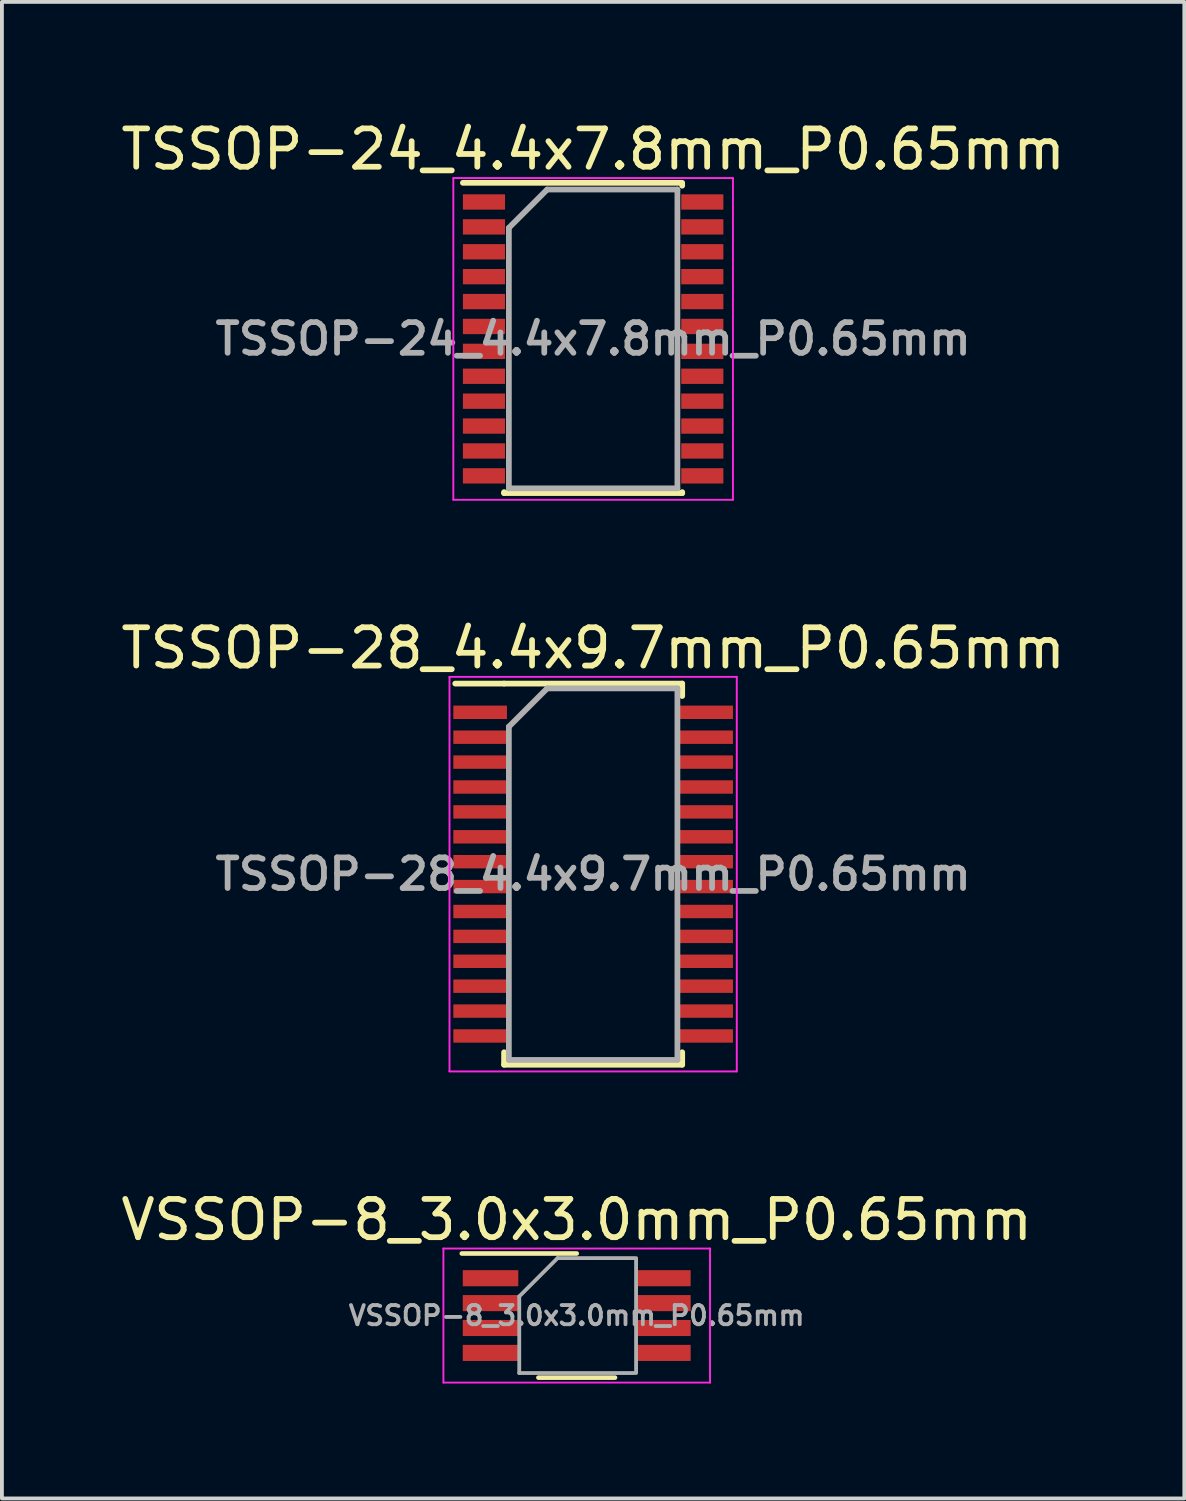
<source format=kicad_pcb>
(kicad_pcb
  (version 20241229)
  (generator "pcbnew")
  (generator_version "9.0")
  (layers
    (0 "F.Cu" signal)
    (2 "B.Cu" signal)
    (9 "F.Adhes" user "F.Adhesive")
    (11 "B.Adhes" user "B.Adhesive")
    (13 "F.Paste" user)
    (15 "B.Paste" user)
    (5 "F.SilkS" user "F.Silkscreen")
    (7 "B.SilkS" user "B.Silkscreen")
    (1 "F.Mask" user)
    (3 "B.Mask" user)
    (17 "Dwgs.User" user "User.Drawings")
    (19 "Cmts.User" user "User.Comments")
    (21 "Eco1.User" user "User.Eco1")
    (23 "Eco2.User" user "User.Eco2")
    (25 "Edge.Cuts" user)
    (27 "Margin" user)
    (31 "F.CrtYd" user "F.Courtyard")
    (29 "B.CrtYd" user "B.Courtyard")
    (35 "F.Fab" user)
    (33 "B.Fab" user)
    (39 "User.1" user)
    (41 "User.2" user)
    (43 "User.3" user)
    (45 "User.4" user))
  (footprint "TSSOP-24_4.4x7.8mm_P0.65mm"
    (layer "F.Cu")
    (at 12.435 5.798)
    (property "Reference" "TSSOP-24_4.4x7.8mm_P0.65mm" (at 0 -4.95 0) (layer "F.SilkS") (effects (font (size 1 1) (thickness 0.15))))
    (attr smd)
    (fp_line (start -3.4 -4.075) (end 2.325 -4.075) (stroke (width 0.15) (type solid)) (layer "F.SilkS"))
    (fp_line (start -2.325 4.025) (end -2.325 4) (stroke (width 0.15) (type solid)) (layer "F.SilkS"))
    (fp_line (start -2.325 4.025) (end 2.325 4.025) (stroke (width 0.15) (type solid)) (layer "F.SilkS"))
    (fp_line (start 2.325 -4.025) (end 2.325 -4) (stroke (width 0.15) (type solid)) (layer "F.SilkS"))
    (fp_line (start 2.325 4.025) (end 2.325 4) (stroke (width 0.15) (type solid)) (layer "F.SilkS"))
    (fp_line (start -3.65 -4.2) (end -3.65 4.2) (stroke (width 0.05) (type solid)) (layer "F.CrtYd"))
    (fp_line (start -3.65 -4.2) (end 3.65 -4.2) (stroke (width 0.05) (type solid)) (layer "F.CrtYd"))
    (fp_line (start -3.65 4.2) (end 3.65 4.2) (stroke (width 0.05) (type solid)) (layer "F.CrtYd"))
    (fp_line (start 3.65 -4.2) (end 3.65 4.2) (stroke (width 0.05) (type solid)) (layer "F.CrtYd"))
    (fp_line (start -2.2 -2.9) (end -1.2 -3.9) (stroke (width 0.15) (type solid)) (layer "F.Fab"))
    (fp_line (start -2.2 3.9) (end -2.2 -2.9) (stroke (width 0.15) (type solid)) (layer "F.Fab"))
    (fp_line (start -1.2 -3.9) (end 2.2 -3.9) (stroke (width 0.15) (type solid)) (layer "F.Fab"))
    (fp_line (start 2.2 -3.9) (end 2.2 3.9) (stroke (width 0.15) (type solid)) (layer "F.Fab"))
    (fp_line (start 2.2 3.9) (end -2.2 3.9) (stroke (width 0.15) (type solid)) (layer "F.Fab"))
    (fp_text user "${REFERENCE}" (at 0 0 0) (layer "F.Fab") (effects (font (size 0.8 0.8) (thickness 0.15))))
    (pad "1" smd rect (at -2.85 -3.575) (size 1.1 0.4) (layers "F.Cu" "F.Mask" "F.Paste"))
    (pad "2" smd rect (at -2.85 -2.925) (size 1.1 0.4) (layers "F.Cu" "F.Mask" "F.Paste"))
    (pad "3" smd rect (at -2.85 -2.275) (size 1.1 0.4) (layers "F.Cu" "F.Mask" "F.Paste"))
    (pad "4" smd rect (at -2.85 -1.625) (size 1.1 0.4) (layers "F.Cu" "F.Mask" "F.Paste"))
    (pad "5" smd rect (at -2.85 -0.975) (size 1.1 0.4) (layers "F.Cu" "F.Mask" "F.Paste"))
    (pad "6" smd rect (at -2.85 -0.325) (size 1.1 0.4) (layers "F.Cu" "F.Mask" "F.Paste"))
    (pad "7" smd rect (at -2.85 0.325) (size 1.1 0.4) (layers "F.Cu" "F.Mask" "F.Paste"))
    (pad "8" smd rect (at -2.85 0.975) (size 1.1 0.4) (layers "F.Cu" "F.Mask" "F.Paste"))
    (pad "9" smd rect (at -2.85 1.625) (size 1.1 0.4) (layers "F.Cu" "F.Mask" "F.Paste"))
    (pad "10" smd rect (at -2.85 2.275) (size 1.1 0.4) (layers "F.Cu" "F.Mask" "F.Paste"))
    (pad "11" smd rect (at -2.85 2.925) (size 1.1 0.4) (layers "F.Cu" "F.Mask" "F.Paste"))
    (pad "12" smd rect (at -2.85 3.575) (size 1.1 0.4) (layers "F.Cu" "F.Mask" "F.Paste"))
    (pad "13" smd rect (at 2.85 3.575) (size 1.1 0.4) (layers "F.Cu" "F.Mask" "F.Paste"))
    (pad "14" smd rect (at 2.85 2.925) (size 1.1 0.4) (layers "F.Cu" "F.Mask" "F.Paste"))
    (pad "15" smd rect (at 2.85 2.275) (size 1.1 0.4) (layers "F.Cu" "F.Mask" "F.Paste"))
    (pad "16" smd rect (at 2.85 1.625) (size 1.1 0.4) (layers "F.Cu" "F.Mask" "F.Paste"))
    (pad "17" smd rect (at 2.85 0.975) (size 1.1 0.4) (layers "F.Cu" "F.Mask" "F.Paste"))
    (pad "18" smd rect (at 2.85 0.325) (size 1.1 0.4) (layers "F.Cu" "F.Mask" "F.Paste"))
    (pad "19" smd rect (at 2.85 -0.325) (size 1.1 0.4) (layers "F.Cu" "F.Mask" "F.Paste"))
    (pad "20" smd rect (at 2.85 -0.975) (size 1.1 0.4) (layers "F.Cu" "F.Mask" "F.Paste"))
    (pad "21" smd rect (at 2.85 -1.625) (size 1.1 0.4) (layers "F.Cu" "F.Mask" "F.Paste"))
    (pad "22" smd rect (at 2.85 -2.275) (size 1.1 0.4) (layers "F.Cu" "F.Mask" "F.Paste"))
    (pad "23" smd rect (at 2.85 -2.925) (size 1.1 0.4) (layers "F.Cu" "F.Mask" "F.Paste"))
    (pad "24" smd rect (at 2.85 -3.575) (size 1.1 0.4) (layers "F.Cu" "F.Mask" "F.Paste")))
  (footprint "VSSOP-8_3.0x3.0mm_P0.65mm"
    (layer "F.Cu")
    (at 12.006 31.295)
    (property "Reference" "VSSOP-8_3.0x3.0mm_P0.65mm" (at 0 -2.5 0) (layer "F.SilkS") (effects (font (size 1 1) (thickness 0.15))))
    (attr smd)
    (fp_line (start 0 -1.62) (end -3 -1.62) (stroke (width 0.12) (type solid)) (layer "F.SilkS"))
    (fp_line (start 1 1.62) (end -1 1.62) (stroke (width 0.12) (type solid)) (layer "F.SilkS"))
    (fp_line (start -3.48 -1.75) (end 3.48 -1.75) (stroke (width 0.05) (type solid)) (layer "F.CrtYd"))
    (fp_line (start -3.48 1.75) (end -3.48 -1.75) (stroke (width 0.05) (type solid)) (layer "F.CrtYd"))
    (fp_line (start 3.48 -1.75) (end 3.48 1.75) (stroke (width 0.05) (type solid)) (layer "F.CrtYd"))
    (fp_line (start 3.48 1.75) (end -3.48 1.75) (stroke (width 0.05) (type solid)) (layer "F.CrtYd"))
    (fp_line (start -1.5 1.5) (end -1.5 -0.5) (stroke (width 0.1) (type solid)) (layer "F.Fab"))
    (fp_line (start -0.5 -1.5) (end -1.5 -0.5) (stroke (width 0.1) (type solid)) (layer "F.Fab"))
    (fp_line (start -0.5 -1.5) (end 1.5 -1.5) (stroke (width 0.1) (type solid)) (layer "F.Fab"))
    (fp_line (start 1.5 1.5) (end -1.5 1.5) (stroke (width 0.1) (type solid)) (layer "F.Fab"))
    (fp_line (start 1.55 -1.5) (end 1.55 1.5) (stroke (width 0.1) (type solid)) (layer "F.Fab"))
    (fp_text user "${REFERENCE}" (at 0 0 0) (layer "F.Fab") (effects (font (size 0.5 0.5) (thickness 0.1))))
    (pad "1" smd rect (at -2.25 -0.975 270) (size 0.42 1.45) (layers "F.Cu" "F.Mask" "F.Paste"))
    (pad "2" smd rect (at -2.25 -0.325 270) (size 0.42 1.45) (layers "F.Cu" "F.Mask" "F.Paste"))
    (pad "3" smd rect (at -2.25 0.325 270) (size 0.42 1.45) (layers "F.Cu" "F.Mask" "F.Paste"))
    (pad "4" smd rect (at -2.25 0.975 270) (size 0.42 1.45) (layers "F.Cu" "F.Mask" "F.Paste"))
    (pad "5" smd rect (at 2.25 0.975 270) (size 0.42 1.45) (layers "F.Cu" "F.Mask" "F.Paste"))
    (pad "6" smd rect (at 2.25 0.325 270) (size 0.42 1.45) (layers "F.Cu" "F.Mask" "F.Paste"))
    (pad "7" smd rect (at 2.25 -0.325 270) (size 0.42 1.45) (layers "F.Cu" "F.Mask" "F.Paste"))
    (pad "8" smd rect (at 2.25 -0.975 270) (size 0.42 1.45) (layers "F.Cu" "F.Mask" "F.Paste")))
  (footprint "TSSOP-28_4.4x9.7mm_P0.65mm"
    (layer "F.Cu")
    (at 12.435 19.771)
    (property "Reference" "TSSOP-28_4.4x9.7mm_P0.65mm" (at 0 -5.9 0) (layer "F.SilkS") (effects (font (size 1 1) (thickness 0.15))))
    (attr smd)
    (fp_line (start -2.325 -4.975) (end -3.6 -4.975) (stroke (width 0.15) (type solid)) (layer "F.SilkS"))
    (fp_line (start -2.325 -4.975) (end 2.325 -4.975) (stroke (width 0.15) (type solid)) (layer "F.SilkS"))
    (fp_line (start -2.325 4.975) (end -2.325 4.65) (stroke (width 0.15) (type solid)) (layer "F.SilkS"))
    (fp_line (start -2.325 4.975) (end 2.325 4.975) (stroke (width 0.15) (type solid)) (layer "F.SilkS"))
    (fp_line (start 2.325 -4.975) (end 2.325 -4.65) (stroke (width 0.15) (type solid)) (layer "F.SilkS"))
    (fp_line (start 2.325 4.975) (end 2.325 4.65) (stroke (width 0.15) (type solid)) (layer "F.SilkS"))
    (fp_line (start -3.75 -5.15) (end -3.75 5.15) (stroke (width 0.05) (type solid)) (layer "F.CrtYd"))
    (fp_line (start -3.75 -5.15) (end 3.75 -5.15) (stroke (width 0.05) (type solid)) (layer "F.CrtYd"))
    (fp_line (start -3.75 5.15) (end 3.75 5.15) (stroke (width 0.05) (type solid)) (layer "F.CrtYd"))
    (fp_line (start 3.75 -5.15) (end 3.75 5.15) (stroke (width 0.05) (type solid)) (layer "F.CrtYd"))
    (fp_line (start -2.2 -3.85) (end -1.2 -4.85) (stroke (width 0.15) (type solid)) (layer "F.Fab"))
    (fp_line (start -2.2 4.85) (end -2.2 -3.85) (stroke (width 0.15) (type solid)) (layer "F.Fab"))
    (fp_line (start -1.2 -4.85) (end 2.2 -4.85) (stroke (width 0.15) (type solid)) (layer "F.Fab"))
    (fp_line (start 2.2 -4.85) (end 2.2 4.85) (stroke (width 0.15) (type solid)) (layer "F.Fab"))
    (fp_line (start 2.2 4.85) (end -2.2 4.85) (stroke (width 0.15) (type solid)) (layer "F.Fab"))
    (fp_text user "${REFERENCE}" (at 0 0 0) (layer "F.Fab") (effects (font (size 0.8 0.8) (thickness 0.15))))
    (pad "1" smd rect (at -2.85 -4.225) (size 1.4 0.35) (drill (offset -0.1 0)) (layers "F.Cu" "F.Mask" "F.Paste"))
    (pad "2" smd rect (at -2.85 -3.575) (size 1.4 0.35) (drill (offset -0.1 0)) (layers "F.Cu" "F.Mask" "F.Paste"))
    (pad "3" smd rect (at -2.85 -2.925) (size 1.4 0.35) (drill (offset -0.1 0)) (layers "F.Cu" "F.Mask" "F.Paste"))
    (pad "4" smd rect (at -2.85 -2.275) (size 1.4 0.35) (drill (offset -0.1 0)) (layers "F.Cu" "F.Mask" "F.Paste"))
    (pad "5" smd rect (at -2.85 -1.625) (size 1.4 0.35) (drill (offset -0.1 0)) (layers "F.Cu" "F.Mask" "F.Paste"))
    (pad "6" smd rect (at -2.85 -0.975) (size 1.4 0.35) (drill (offset -0.1 0)) (layers "F.Cu" "F.Mask" "F.Paste"))
    (pad "7" smd rect (at -2.85 -0.325) (size 1.4 0.35) (drill (offset -0.1 0)) (layers "F.Cu" "F.Mask" "F.Paste"))
    (pad "8" smd rect (at -2.85 0.325) (size 1.4 0.35) (drill (offset -0.1 0)) (layers "F.Cu" "F.Mask" "F.Paste"))
    (pad "9" smd rect (at -2.85 0.975) (size 1.4 0.35) (drill (offset -0.1 0)) (layers "F.Cu" "F.Mask" "F.Paste"))
    (pad "10" smd rect (at -2.85 1.625) (size 1.4 0.35) (drill (offset -0.1 0)) (layers "F.Cu" "F.Mask" "F.Paste"))
    (pad "11" smd rect (at -2.85 2.275) (size 1.4 0.35) (drill (offset -0.1 0)) (layers "F.Cu" "F.Mask" "F.Paste"))
    (pad "12" smd rect (at -2.85 2.925) (size 1.4 0.35) (drill (offset -0.1 0)) (layers "F.Cu" "F.Mask" "F.Paste"))
    (pad "13" smd rect (at -2.85 3.575) (size 1.4 0.35) (drill (offset -0.1 0)) (layers "F.Cu" "F.Mask" "F.Paste"))
    (pad "14" smd rect (at -2.85 4.225) (size 1.4 0.35) (drill (offset -0.1 0)) (layers "F.Cu" "F.Mask" "F.Paste"))
    (pad "15" smd rect (at 2.85 4.225) (size 1.4 0.35) (drill (offset 0.1 0)) (layers "F.Cu" "F.Mask" "F.Paste"))
    (pad "16" smd rect (at 2.85 3.575) (size 1.4 0.35) (drill (offset 0.1 0)) (layers "F.Cu" "F.Mask" "F.Paste"))
    (pad "17" smd rect (at 2.85 2.925) (size 1.4 0.35) (drill (offset 0.1 0)) (layers "F.Cu" "F.Mask" "F.Paste"))
    (pad "18" smd rect (at 2.85 2.275) (size 1.4 0.35) (drill (offset 0.1 0)) (layers "F.Cu" "F.Mask" "F.Paste"))
    (pad "19" smd rect (at 2.85 1.625) (size 1.4 0.35) (drill (offset 0.1 0)) (layers "F.Cu" "F.Mask" "F.Paste"))
    (pad "20" smd rect (at 2.85 0.975) (size 1.4 0.35) (drill (offset 0.1 0)) (layers "F.Cu" "F.Mask" "F.Paste"))
    (pad "21" smd rect (at 2.85 0.325) (size 1.4 0.35) (drill (offset 0.1 0)) (layers "F.Cu" "F.Mask" "F.Paste"))
    (pad "22" smd rect (at 2.85 -0.325) (size 1.4 0.35) (drill (offset 0.1 0)) (layers "F.Cu" "F.Mask" "F.Paste"))
    (pad "23" smd rect (at 2.85 -0.975) (size 1.4 0.35) (drill (offset 0.1 0)) (layers "F.Cu" "F.Mask" "F.Paste"))
    (pad "24" smd rect (at 2.85 -1.625) (size 1.4 0.35) (drill (offset 0.1 0)) (layers "F.Cu" "F.Mask" "F.Paste"))
    (pad "25" smd rect (at 2.85 -2.275) (size 1.4 0.35) (drill (offset 0.1 0)) (layers "F.Cu" "F.Mask" "F.Paste"))
    (pad "26" smd rect (at 2.85 -2.925) (size 1.4 0.35) (drill (offset 0.1 0)) (layers "F.Cu" "F.Mask" "F.Paste"))
    (pad "27" smd rect (at 2.85 -3.575) (size 1.4 0.35) (drill (offset 0.1 0)) (layers "F.Cu" "F.Mask" "F.Paste"))
    (pad "28" smd rect (at 2.85 -4.225) (size 1.4 0.35) (drill (offset 0.1 0)) (layers "F.Cu" "F.Mask" "F.Paste")))
  (gr_rect
    (start -3 -3)
    (end 27.869 36.07)
    (stroke (width 0.1) (type default))
    (fill no)
    (layer "Edge.Cuts")))
</source>
